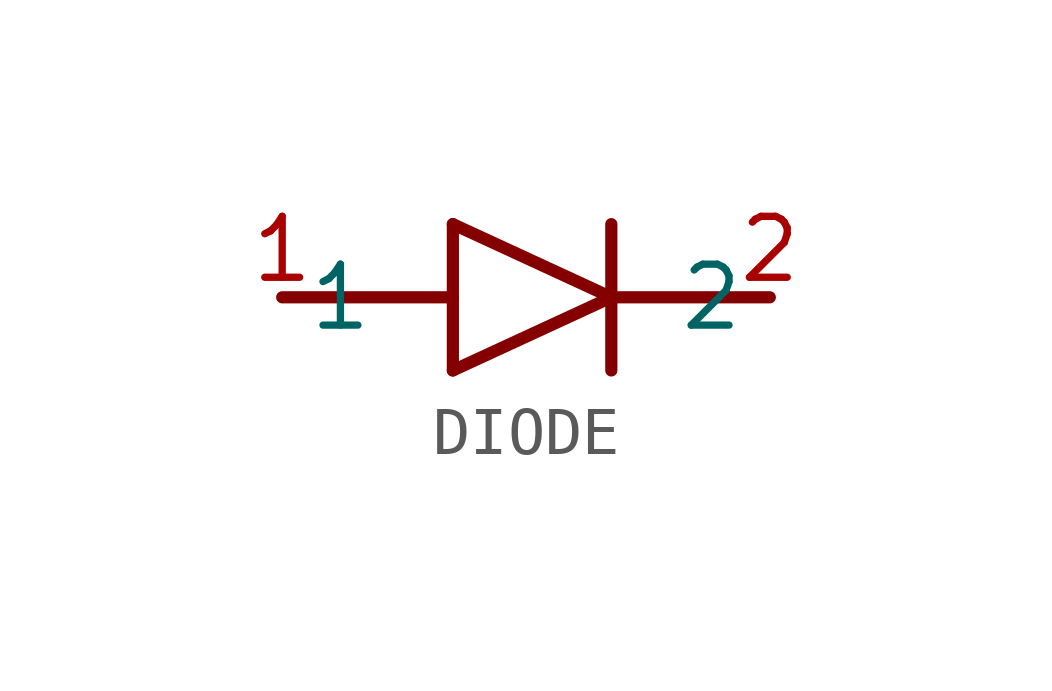
<source format=kicad_sym>
(kicad_symbol_lib
  (version 20220914)
  (generator kicad_symbol_editor)
  (symbol "DIODE"
    (property "Reference" ""
      (at 0 0 0)
      (effects (font (size 1.27 1.27)) hide))
    (property "ki_locked" ""
      (at 0 0 0)
      (effects (font (size 1.27 1.27))))
    (symbol "DIODE_1_0"
      (polyline (pts (xy -5.08 0) (xy -1.524 0)) (stroke (width 0.254) (type solid)) (fill (type none)))
      (polyline (pts (xy -1.524 -1.524) (xy -1.524 0)) (stroke (width 0.254) (type solid)) (fill (type none)))
      (polyline (pts (xy -1.524 0) (xy -1.524 1.524)) (stroke (width 0.254) (type solid)) (fill (type none)))
      (polyline (pts (xy -1.524 1.524) (xy 1.778 0)) (stroke (width 0.254) (type solid)) (fill (type none)))
      (polyline (pts (xy 1.778 0) (xy -1.524 -1.524)) (stroke (width 0.254) (type solid)) (fill (type none)))
      (polyline (pts (xy 1.778 0) (xy 1.778 -1.524)) (stroke (width 0.254) (type solid)) (fill (type none)))
      (polyline (pts (xy 1.778 0) (xy 5.08 0)) (stroke (width 0.254) (type solid)) (fill (type none)))
      (polyline (pts (xy 1.778 1.524) (xy 1.778 0)) (stroke (width 0.254) (type solid)) (fill (type none)))
      (pin bidirectional line (at -5.08 0 0) (length 0) (name "1" (effects (font (size 1.27 1.27)))) (number "1" (effects (font (size 1.27 1.27)))))
      (pin bidirectional line (at 5.08 0 180) (length 0) (name "2" (effects (font (size 1.27 1.27)))) (number "2" (effects (font (size 1.27 1.27))))))))
</source>
